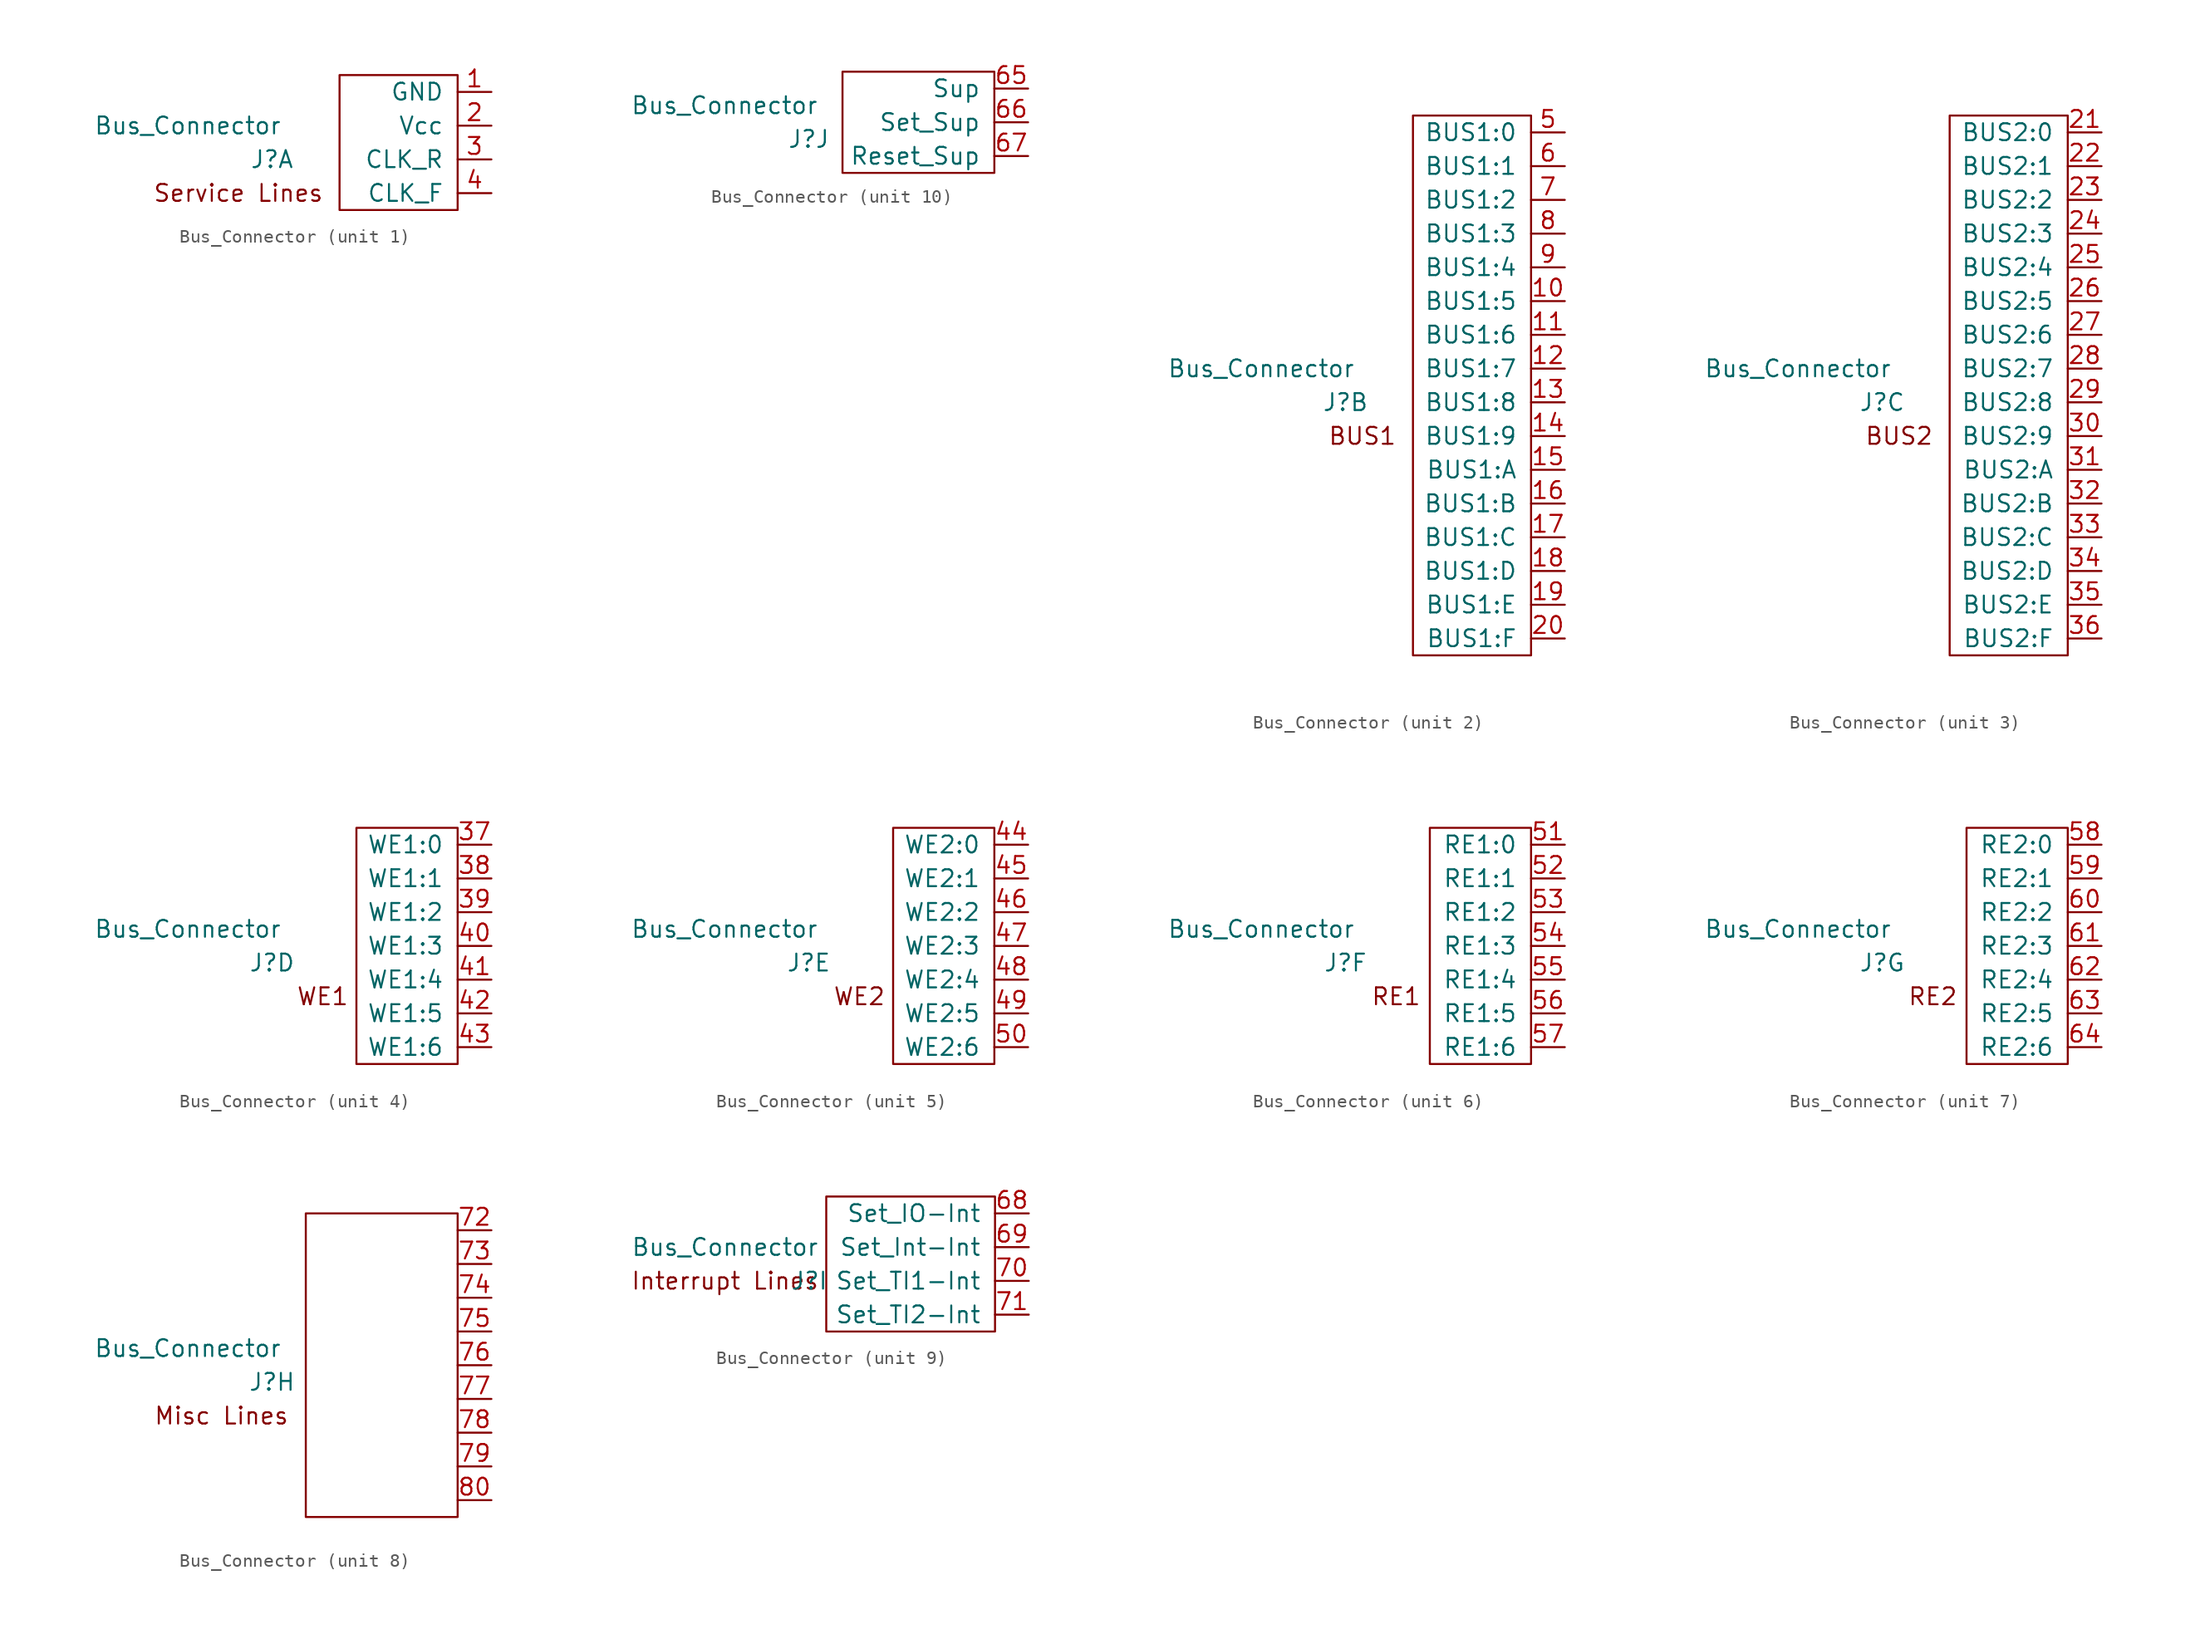
<source format=kicad_sym>
(kicad_symbol_lib
  (version 20211014)
  (generator kicad_symbol_editor)
  (symbol "Bus_Connector"
    (pin_names
      (offset 1.016))
    (property "Reference" "J"
      (at -12.7 -1.27 0)
      (effects (font (size 1.27 1.27))))
    (property "Value" "Bus_Connector"
      (at -19.05 1.27 0)
      (effects (font (size 1.27 1.27))))
    (property "ki_locked" ""
      (at 0 0 0)
      (effects (font (size 1.27 1.27))))
    (symbol "Bus_Connector_1_0"
      (text "Service Lines" (at -15.24 -3.81 0) (effects (font (size 1.27 1.27)))))
    (symbol "Bus_Connector_1_1"
      (rectangle (start 1.27 5.08) (end -7.62 -5.08) (stroke (width 0) (type default) (color 0 0 0 0)) (fill (type none)))
      (pin power_out line (at 3.81 3.81 180) (length 2.54) (name "GND" (effects (font (size 1.27 1.27)))) (number "1" (effects (font (size 1.27 1.27)))))
      (pin power_out line (at 3.81 1.27 180) (length 2.54) (name "Vcc" (effects (font (size 1.27 1.27)))) (number "2" (effects (font (size 1.27 1.27)))))
      (pin bidirectional line (at 3.81 -1.27 180) (length 2.54) (name "CLK_R" (effects (font (size 1.27 1.27)))) (number "3" (effects (font (size 1.27 1.27)))))
      (pin bidirectional line (at 3.81 -3.81 180) (length 2.54) (name "CLK_F" (effects (font (size 1.27 1.27)))) (number "4" (effects (font (size 1.27 1.27))))))
    (symbol "Bus_Connector_2_0"
      (text "BUS1" (at -11.43 -3.81 0) (effects (font (size 1.27 1.27)))))
    (symbol "Bus_Connector_2_1"
      (rectangle (start 1.27 20.32) (end -7.62 -20.32) (stroke (width 0) (type default) (color 0 0 0 0)) (fill (type none)))
      (pin bidirectional line (at 3.81 6.35 180) (length 2.54) (name "BUS1:5" (effects (font (size 1.27 1.27)))) (number "10" (effects (font (size 1.27 1.27)))))
      (pin bidirectional line (at 3.81 3.81 180) (length 2.54) (name "BUS1:6" (effects (font (size 1.27 1.27)))) (number "11" (effects (font (size 1.27 1.27)))))
      (pin bidirectional line (at 3.81 1.27 180) (length 2.54) (name "BUS1:7" (effects (font (size 1.27 1.27)))) (number "12" (effects (font (size 1.27 1.27)))))
      (pin bidirectional line (at 3.81 -1.27 180) (length 2.54) (name "BUS1:8" (effects (font (size 1.27 1.27)))) (number "13" (effects (font (size 1.27 1.27)))))
      (pin bidirectional line (at 3.81 -3.81 180) (length 2.54) (name "BUS1:9" (effects (font (size 1.27 1.27)))) (number "14" (effects (font (size 1.27 1.27)))))
      (pin bidirectional line (at 3.81 -6.35 180) (length 2.54) (name "BUS1:A" (effects (font (size 1.27 1.27)))) (number "15" (effects (font (size 1.27 1.27)))))
      (pin bidirectional line (at 3.81 -8.89 180) (length 2.54) (name "BUS1:B" (effects (font (size 1.27 1.27)))) (number "16" (effects (font (size 1.27 1.27)))))
      (pin bidirectional line (at 3.81 -11.43 180) (length 2.54) (name "BUS1:C" (effects (font (size 1.27 1.27)))) (number "17" (effects (font (size 1.27 1.27)))))
      (pin bidirectional line (at 3.81 -13.97 180) (length 2.54) (name "BUS1:D" (effects (font (size 1.27 1.27)))) (number "18" (effects (font (size 1.27 1.27)))))
      (pin bidirectional line (at 3.81 -16.51 180) (length 2.54) (name "BUS1:E" (effects (font (size 1.27 1.27)))) (number "19" (effects (font (size 1.27 1.27)))))
      (pin bidirectional line (at 3.81 -19.05 180) (length 2.54) (name "BUS1:F" (effects (font (size 1.27 1.27)))) (number "20" (effects (font (size 1.27 1.27)))))
      (pin bidirectional line (at 3.81 19.05 180) (length 2.54) (name "BUS1:0" (effects (font (size 1.27 1.27)))) (number "5" (effects (font (size 1.27 1.27)))))
      (pin bidirectional line (at 3.81 16.51 180) (length 2.54) (name "BUS1:1" (effects (font (size 1.27 1.27)))) (number "6" (effects (font (size 1.27 1.27)))))
      (pin bidirectional line (at 3.81 13.97 180) (length 2.54) (name "BUS1:2" (effects (font (size 1.27 1.27)))) (number "7" (effects (font (size 1.27 1.27)))))
      (pin bidirectional line (at 3.81 11.43 180) (length 2.54) (name "BUS1:3" (effects (font (size 1.27 1.27)))) (number "8" (effects (font (size 1.27 1.27)))))
      (pin bidirectional line (at 3.81 8.89 180) (length 2.54) (name "BUS1:4" (effects (font (size 1.27 1.27)))) (number "9" (effects (font (size 1.27 1.27))))))
    (symbol "Bus_Connector_3_0"
      (text "BUS2" (at -11.43 -3.81 0) (effects (font (size 1.27 1.27)))))
    (symbol "Bus_Connector_3_1"
      (rectangle (start 1.27 20.32) (end -7.62 -20.32) (stroke (width 0) (type default) (color 0 0 0 0)) (fill (type none)))
      (pin bidirectional line (at 3.81 19.05 180) (length 2.54) (name "BUS2:0" (effects (font (size 1.27 1.27)))) (number "21" (effects (font (size 1.27 1.27)))))
      (pin bidirectional line (at 3.81 16.51 180) (length 2.54) (name "BUS2:1" (effects (font (size 1.27 1.27)))) (number "22" (effects (font (size 1.27 1.27)))))
      (pin bidirectional line (at 3.81 13.97 180) (length 2.54) (name "BUS2:2" (effects (font (size 1.27 1.27)))) (number "23" (effects (font (size 1.27 1.27)))))
      (pin bidirectional line (at 3.81 11.43 180) (length 2.54) (name "BUS2:3" (effects (font (size 1.27 1.27)))) (number "24" (effects (font (size 1.27 1.27)))))
      (pin bidirectional line (at 3.81 8.89 180) (length 2.54) (name "BUS2:4" (effects (font (size 1.27 1.27)))) (number "25" (effects (font (size 1.27 1.27)))))
      (pin bidirectional line (at 3.81 6.35 180) (length 2.54) (name "BUS2:5" (effects (font (size 1.27 1.27)))) (number "26" (effects (font (size 1.27 1.27)))))
      (pin bidirectional line (at 3.81 3.81 180) (length 2.54) (name "BUS2:6" (effects (font (size 1.27 1.27)))) (number "27" (effects (font (size 1.27 1.27)))))
      (pin bidirectional line (at 3.81 1.27 180) (length 2.54) (name "BUS2:7" (effects (font (size 1.27 1.27)))) (number "28" (effects (font (size 1.27 1.27)))))
      (pin bidirectional line (at 3.81 -1.27 180) (length 2.54) (name "BUS2:8" (effects (font (size 1.27 1.27)))) (number "29" (effects (font (size 1.27 1.27)))))
      (pin bidirectional line (at 3.81 -3.81 180) (length 2.54) (name "BUS2:9" (effects (font (size 1.27 1.27)))) (number "30" (effects (font (size 1.27 1.27)))))
      (pin bidirectional line (at 3.81 -6.35 180) (length 2.54) (name "BUS2:A" (effects (font (size 1.27 1.27)))) (number "31" (effects (font (size 1.27 1.27)))))
      (pin bidirectional line (at 3.81 -8.89 180) (length 2.54) (name "BUS2:B" (effects (font (size 1.27 1.27)))) (number "32" (effects (font (size 1.27 1.27)))))
      (pin bidirectional line (at 3.81 -11.43 180) (length 2.54) (name "BUS2:C" (effects (font (size 1.27 1.27)))) (number "33" (effects (font (size 1.27 1.27)))))
      (pin bidirectional line (at 3.81 -13.97 180) (length 2.54) (name "BUS2:D" (effects (font (size 1.27 1.27)))) (number "34" (effects (font (size 1.27 1.27)))))
      (pin bidirectional line (at 3.81 -16.51 180) (length 2.54) (name "BUS2:E" (effects (font (size 1.27 1.27)))) (number "35" (effects (font (size 1.27 1.27)))))
      (pin bidirectional line (at 3.81 -19.05 180) (length 2.54) (name "BUS2:F" (effects (font (size 1.27 1.27)))) (number "36" (effects (font (size 1.27 1.27))))))
    (symbol "Bus_Connector_4_0"
      (text "WE1" (at -8.89 -3.81 0) (effects (font (size 1.27 1.27)))))
    (symbol "Bus_Connector_4_1"
      (rectangle (start 1.27 8.89) (end -6.35 -8.89) (stroke (width 0) (type default) (color 0 0 0 0)) (fill (type none)))
      (pin bidirectional line (at 3.81 7.62 180) (length 2.54) (name "WE1:0" (effects (font (size 1.27 1.27)))) (number "37" (effects (font (size 1.27 1.27)))))
      (pin bidirectional line (at 3.81 5.08 180) (length 2.54) (name "WE1:1" (effects (font (size 1.27 1.27)))) (number "38" (effects (font (size 1.27 1.27)))))
      (pin bidirectional line (at 3.81 2.54 180) (length 2.54) (name "WE1:2" (effects (font (size 1.27 1.27)))) (number "39" (effects (font (size 1.27 1.27)))))
      (pin bidirectional line (at 3.81 0 180) (length 2.54) (name "WE1:3" (effects (font (size 1.27 1.27)))) (number "40" (effects (font (size 1.27 1.27)))))
      (pin bidirectional line (at 3.81 -2.54 180) (length 2.54) (name "WE1:4" (effects (font (size 1.27 1.27)))) (number "41" (effects (font (size 1.27 1.27)))))
      (pin bidirectional line (at 3.81 -5.08 180) (length 2.54) (name "WE1:5" (effects (font (size 1.27 1.27)))) (number "42" (effects (font (size 1.27 1.27)))))
      (pin bidirectional line (at 3.81 -7.62 180) (length 2.54) (name "WE1:6" (effects (font (size 1.27 1.27)))) (number "43" (effects (font (size 1.27 1.27))))))
    (symbol "Bus_Connector_5_0"
      (text "WE2" (at -8.89 -3.81 0) (effects (font (size 1.27 1.27)))))
    (symbol "Bus_Connector_5_1"
      (rectangle (start 1.27 8.89) (end -6.35 -8.89) (stroke (width 0) (type default) (color 0 0 0 0)) (fill (type none)))
      (pin bidirectional line (at 3.81 7.62 180) (length 2.54) (name "WE2:0" (effects (font (size 1.27 1.27)))) (number "44" (effects (font (size 1.27 1.27)))))
      (pin bidirectional line (at 3.81 5.08 180) (length 2.54) (name "WE2:1" (effects (font (size 1.27 1.27)))) (number "45" (effects (font (size 1.27 1.27)))))
      (pin bidirectional line (at 3.81 2.54 180) (length 2.54) (name "WE2:2" (effects (font (size 1.27 1.27)))) (number "46" (effects (font (size 1.27 1.27)))))
      (pin bidirectional line (at 3.81 0 180) (length 2.54) (name "WE2:3" (effects (font (size 1.27 1.27)))) (number "47" (effects (font (size 1.27 1.27)))))
      (pin bidirectional line (at 3.81 -2.54 180) (length 2.54) (name "WE2:4" (effects (font (size 1.27 1.27)))) (number "48" (effects (font (size 1.27 1.27)))))
      (pin bidirectional line (at 3.81 -5.08 180) (length 2.54) (name "WE2:5" (effects (font (size 1.27 1.27)))) (number "49" (effects (font (size 1.27 1.27)))))
      (pin bidirectional line (at 3.81 -7.62 180) (length 2.54) (name "WE2:6" (effects (font (size 1.27 1.27)))) (number "50" (effects (font (size 1.27 1.27))))))
    (symbol "Bus_Connector_6_0"
      (text "RE1" (at -8.89 -3.81 0) (effects (font (size 1.27 1.27)))))
    (symbol "Bus_Connector_6_1"
      (rectangle (start 1.27 -8.89) (end -6.35 8.89) (stroke (width 0) (type default) (color 0 0 0 0)) (fill (type none)))
      (pin bidirectional line (at 3.81 7.62 180) (length 2.54) (name "RE1:0" (effects (font (size 1.27 1.27)))) (number "51" (effects (font (size 1.27 1.27)))))
      (pin bidirectional line (at 3.81 5.08 180) (length 2.54) (name "RE1:1" (effects (font (size 1.27 1.27)))) (number "52" (effects (font (size 1.27 1.27)))))
      (pin bidirectional line (at 3.81 2.54 180) (length 2.54) (name "RE1:2" (effects (font (size 1.27 1.27)))) (number "53" (effects (font (size 1.27 1.27)))))
      (pin bidirectional line (at 3.81 0 180) (length 2.54) (name "RE1:3" (effects (font (size 1.27 1.27)))) (number "54" (effects (font (size 1.27 1.27)))))
      (pin bidirectional line (at 3.81 -2.54 180) (length 2.54) (name "RE1:4" (effects (font (size 1.27 1.27)))) (number "55" (effects (font (size 1.27 1.27)))))
      (pin bidirectional line (at 3.81 -5.08 180) (length 2.54) (name "RE1:5" (effects (font (size 1.27 1.27)))) (number "56" (effects (font (size 1.27 1.27)))))
      (pin bidirectional line (at 3.81 -7.62 180) (length 2.54) (name "RE1:6" (effects (font (size 1.27 1.27)))) (number "57" (effects (font (size 1.27 1.27))))))
    (symbol "Bus_Connector_7_0"
      (text "RE2" (at -8.89 -3.81 0) (effects (font (size 1.27 1.27)))))
    (symbol "Bus_Connector_7_1"
      (rectangle (start 1.27 8.89) (end -6.35 -8.89) (stroke (width 0) (type default) (color 0 0 0 0)) (fill (type none)))
      (pin bidirectional line (at 3.81 7.62 180) (length 2.54) (name "RE2:0" (effects (font (size 1.27 1.27)))) (number "58" (effects (font (size 1.27 1.27)))))
      (pin bidirectional line (at 3.81 5.08 180) (length 2.54) (name "RE2:1" (effects (font (size 1.27 1.27)))) (number "59" (effects (font (size 1.27 1.27)))))
      (pin bidirectional line (at 3.81 2.54 180) (length 2.54) (name "RE2:2" (effects (font (size 1.27 1.27)))) (number "60" (effects (font (size 1.27 1.27)))))
      (pin bidirectional line (at 3.81 0 180) (length 2.54) (name "RE2:3" (effects (font (size 1.27 1.27)))) (number "61" (effects (font (size 1.27 1.27)))))
      (pin bidirectional line (at 3.81 -2.54 180) (length 2.54) (name "RE2:4" (effects (font (size 1.27 1.27)))) (number "62" (effects (font (size 1.27 1.27)))))
      (pin bidirectional line (at 3.81 -5.08 180) (length 2.54) (name "RE2:5" (effects (font (size 1.27 1.27)))) (number "63" (effects (font (size 1.27 1.27)))))
      (pin bidirectional line (at 3.81 -7.62 180) (length 2.54) (name "RE2:6" (effects (font (size 1.27 1.27)))) (number "64" (effects (font (size 1.27 1.27))))))
    (symbol "Bus_Connector_8_1"
      (rectangle (start 1.27 -11.43) (end -10.16 11.43) (stroke (width 0) (type default) (color 0 0 0 0)) (fill (type none)))
      (text "Misc Lines" (at -16.51 -3.81 0) (effects (font (size 1.27 1.27))))
      (pin unspecified line (at 3.81 10.16 180) (length 2.54) (name "~" (effects (font (size 1.27 1.27)))) (number "72" (effects (font (size 1.27 1.27)))))
      (pin unspecified line (at 3.81 7.62 180) (length 2.54) (name "~" (effects (font (size 1.27 1.27)))) (number "73" (effects (font (size 1.27 1.27)))))
      (pin unspecified line (at 3.81 5.08 180) (length 2.54) (name "~" (effects (font (size 1.27 1.27)))) (number "74" (effects (font (size 1.27 1.27)))))
      (pin unspecified line (at 3.81 2.54 180) (length 2.54) (name "~" (effects (font (size 1.27 1.27)))) (number "75" (effects (font (size 1.27 1.27)))))
      (pin unspecified line (at 3.81 0 180) (length 2.54) (name "~" (effects (font (size 1.27 1.27)))) (number "76" (effects (font (size 1.27 1.27)))))
      (pin unspecified line (at 3.81 -2.54 180) (length 2.54) (name "~" (effects (font (size 1.27 1.27)))) (number "77" (effects (font (size 1.27 1.27)))))
      (pin unspecified line (at 3.81 -5.08 180) (length 2.54) (name "~" (effects (font (size 1.27 1.27)))) (number "78" (effects (font (size 1.27 1.27)))))
      (pin unspecified line (at 3.81 -7.62 180) (length 2.54) (name "~" (effects (font (size 1.27 1.27)))) (number "79" (effects (font (size 1.27 1.27)))))
      (pin unspecified line (at 3.81 -10.16 180) (length 2.54) (name "~" (effects (font (size 1.27 1.27)))) (number "80" (effects (font (size 1.27 1.27))))))
    (symbol "Bus_Connector_9_0"
      (text "Interrupt Lines" (at -19.05 -1.27 0) (effects (font (size 1.27 1.27)))))
    (symbol "Bus_Connector_9_1"
      (rectangle (start 1.27 -5.08) (end -11.43 5.08) (stroke (width 0) (type default) (color 0 0 0 0)) (fill (type none)))
      (pin bidirectional line (at 3.81 3.81 180) (length 2.54) (name "Set_IO-Int" (effects (font (size 1.27 1.27)))) (number "68" (effects (font (size 1.27 1.27)))))
      (pin bidirectional line (at 3.81 1.27 180) (length 2.54) (name "Set_Int-Int" (effects (font (size 1.27 1.27)))) (number "69" (effects (font (size 1.27 1.27)))))
      (pin bidirectional line (at 3.81 -1.27 180) (length 2.54) (name "Set_TI1-Int" (effects (font (size 1.27 1.27)))) (number "70" (effects (font (size 1.27 1.27)))))
      (pin bidirectional line (at 3.81 -3.81 180) (length 2.54) (name "Set_TI2-Int" (effects (font (size 1.27 1.27)))) (number "71" (effects (font (size 1.27 1.27))))))
    (symbol "Bus_Connector_10_1"
      (rectangle (start 1.27 3.81) (end -10.16 -3.81) (stroke (width 0) (type default) (color 0 0 0 0)) (fill (type none)))
      (pin bidirectional line (at 3.81 2.54 180) (length 2.54) (name "Sup" (effects (font (size 1.27 1.27)))) (number "65" (effects (font (size 1.27 1.27)))))
      (pin bidirectional line (at 3.81 0 180) (length 2.54) (name "Set_Sup" (effects (font (size 1.27 1.27)))) (number "66" (effects (font (size 1.27 1.27)))))
      (pin bidirectional line (at 3.81 -2.54 180) (length 2.54) (name "Reset_Sup" (effects (font (size 1.27 1.27)))) (number "67" (effects (font (size 1.27 1.27))))))))
</source>
